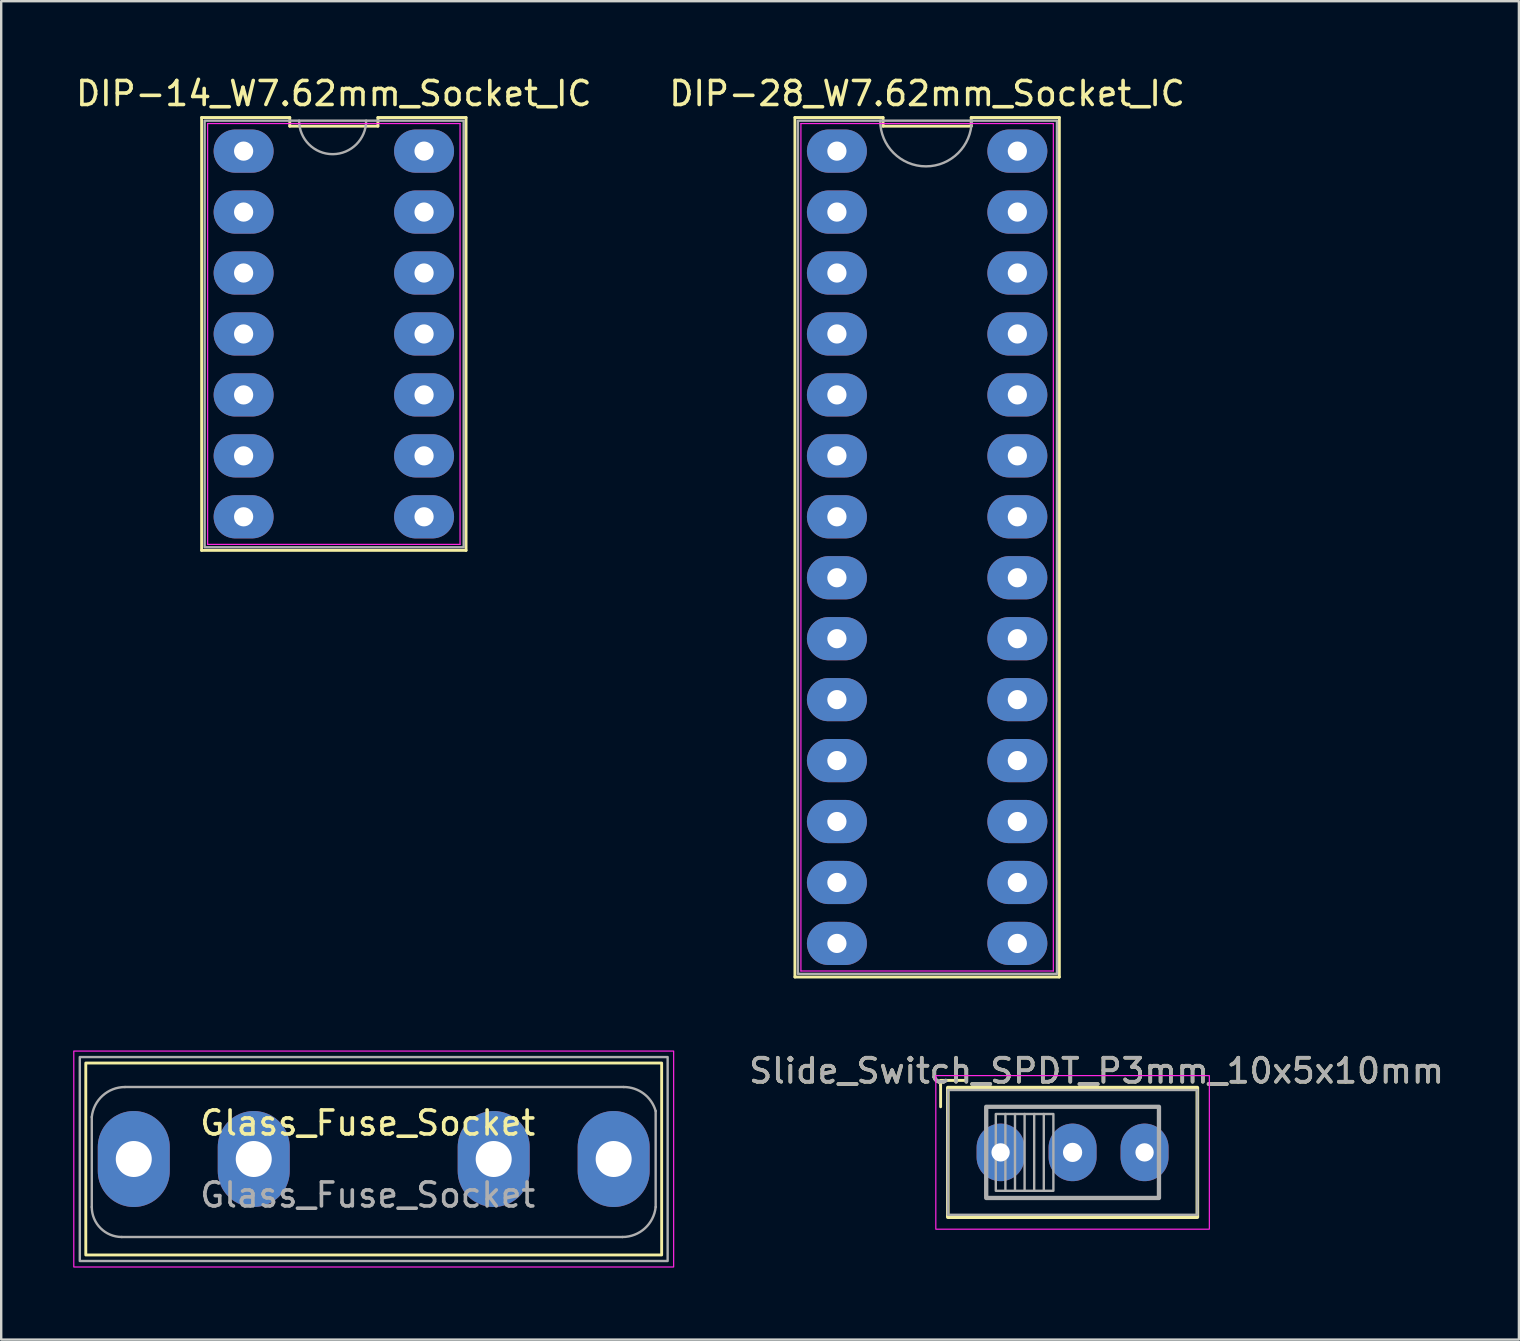
<source format=kicad_pcb>
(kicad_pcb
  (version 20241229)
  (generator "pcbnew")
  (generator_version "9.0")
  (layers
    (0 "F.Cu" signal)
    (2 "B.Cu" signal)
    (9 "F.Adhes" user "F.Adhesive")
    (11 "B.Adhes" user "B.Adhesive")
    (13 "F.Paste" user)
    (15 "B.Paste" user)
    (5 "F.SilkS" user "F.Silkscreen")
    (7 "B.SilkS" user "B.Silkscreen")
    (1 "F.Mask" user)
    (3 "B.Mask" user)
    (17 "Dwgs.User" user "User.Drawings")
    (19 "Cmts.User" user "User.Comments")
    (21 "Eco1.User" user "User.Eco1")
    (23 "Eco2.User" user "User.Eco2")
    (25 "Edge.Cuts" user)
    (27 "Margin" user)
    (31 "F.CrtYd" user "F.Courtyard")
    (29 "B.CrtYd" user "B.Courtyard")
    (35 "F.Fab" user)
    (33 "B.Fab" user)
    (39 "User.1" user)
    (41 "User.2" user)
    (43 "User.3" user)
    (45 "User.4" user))
  (footprint "Glass_Fuse_Socket"
    (layer "F.Cu")
    (at 2.525 45.253)
    (property "Reference" "Glass_Fuse_Socket" (at 9.75 -1.5 0) (unlocked yes) (layer "F.SilkS") (effects (font (size 1 1) (thickness 0.15))))
    (attr through_hole)
    (fp_rect (start -2 -4) (end 22 4) (stroke (width 0.12) (type solid)) (fill no) (layer "F.SilkS"))
    (fp_rect (start -2.5 -4.5) (end 22.5 4.5) (stroke (width 0.05) (type solid)) (fill no) (layer "F.CrtYd"))
    (fp_line (start -1.75 2) (end -1.75 -1.75) (stroke (width 0.1) (type solid)) (layer "F.Fab"))
    (fp_line (start -0.366 -3) (end 20.42 -3) (stroke (width 0.1) (type solid)) (layer "F.Fab"))
    (fp_line (start 20.366 3.25) (end -0.5 3.25) (stroke (width 0.1) (type solid)) (layer "F.Fab"))
    (fp_line (start 21.75 -2) (end 21.75 2) (stroke (width 0.1) (type solid)) (layer "F.Fab"))
    (fp_rect (start -2.25 -4.25) (end 22.25 4.25) (stroke (width 0.1) (type solid)) (fill no) (layer "F.Fab"))
    (fp_arc (start -1.75 -1.75) (mid -1.298537 -2.641236) (end -0.366117 -3) (stroke (width 0.1) (type solid)) (layer "F.Fab"))
    (fp_arc (start -0.5 3.25) (mid -1.383883 2.883883) (end -1.75 2) (stroke (width 0.1) (type solid)) (layer "F.Fab"))
    (fp_arc (start 20.420283 -3) (mid 21.253509 -2.72388) (end 21.75 -2) (stroke (width 0.1) (type solid)) (layer "F.Fab"))
    (fp_arc (start 21.75 2) (mid 21.298537 2.891236) (end 20.366117 3.25) (stroke (width 0.1) (type solid)) (layer "F.Fab"))
    (fp_text user "${REFERENCE}" (at 9.75 1.5 0) (unlocked yes) (layer "F.Fab") (effects (font (size 1 1) (thickness 0.15))))
    (pad "1" thru_hole oval (at 0 0) (size 3 4) (drill 1.5) (layers "*.Cu" "*.Mask"))
    (pad "1" thru_hole oval (at 5 0) (size 3 4) (drill 1.5) (layers "*.Cu" "*.Mask"))
    (pad "2" thru_hole oval (at 15 0) (size 3 4) (drill 1.5) (layers "*.Cu" "*.Mask"))
    (pad "2" thru_hole oval (at 20 0) (size 3 4) (drill 1.5) (layers "*.Cu" "*.Mask")))
  (footprint "Slide_Switch_SPDT_P3mm_10x5x10mm"
    (layer "F.Cu")
    (at 38.651 44.977)
    (property "Reference" "Slide_Switch_SPDT_P3mm_10x5x10mm" (at 4 -3.4 0) (unlocked yes) (layer "F.SilkS") (effects (font (size 1 1) (thickness 0.15))))
    (attr through_hole)
    (fp_line (start -2.5 -3) (end -1.9 -3) (stroke (width 0.12) (type solid)) (layer "F.SilkS"))
    (fp_line (start -2.5 -2.8) (end -2.5 -3) (stroke (width 0.12) (type solid)) (layer "F.SilkS"))
    (fp_line (start -2.5 -1.9) (end -2.5 -2.8) (stroke (width 0.12) (type solid)) (layer "F.SilkS"))
    (fp_line (start -1.9 -3) (end -1.5 -3) (stroke (width 0.12) (type solid)) (layer "F.SilkS"))
    (fp_rect (start -2.2 -2.7) (end 8.2 2.7) (stroke (width 0.15) (type solid)) (fill no) (layer "F.SilkS"))
    (fp_rect (start -2.7 -3.2) (end 8.7 3.2) (stroke (width 0.05) (type solid)) (fill no) (layer "F.CrtYd"))
    (fp_line (start 0.2 -1.6) (end 0.2 1.6) (stroke (width 0.1) (type solid)) (layer "F.Fab"))
    (fp_line (start 0.6 -1.6) (end 0.6 1.6) (stroke (width 0.1) (type solid)) (layer "F.Fab"))
    (fp_line (start 1 -1.6) (end 1 1.6) (stroke (width 0.1) (type solid)) (layer "F.Fab"))
    (fp_line (start 1.4 -1.6) (end 1.4 1.6) (stroke (width 0.1) (type solid)) (layer "F.Fab"))
    (fp_line (start 1.8 -1.6) (end 1.8 1.6) (stroke (width 0.1) (type solid)) (layer "F.Fab"))
    (fp_rect (start -2.2 -2.6) (end 8.2 2.6) (stroke (width 0.1) (type solid)) (fill no) (layer "F.Fab"))
    (fp_rect (start -0.6 -1.9) (end 6.6 1.9) (stroke (width 0.18) (type solid)) (fill no) (layer "F.Fab"))
    (fp_rect (start -0.2 -1.6) (end 2.2 1.6) (stroke (width 0.1) (type solid)) (fill no) (layer "F.Fab"))
    (fp_text user "${REFERENCE}" (at 4 -3.4 0) (unlocked yes) (layer "F.Fab") (effects (font (size 1 1) (thickness 0.15))))
    (pad "1" thru_hole oval (at 0 0) (size 2 2.4) (drill 0.762) (layers "*.Cu" "*.Mask"))
    (pad "2" thru_hole oval (at 3 0) (size 2 2.4) (drill 0.8) (layers "*.Cu" "*.Mask"))
    (pad "3" thru_hole oval (at 6 0) (size 2 2.4) (drill 0.762) (layers "*.Cu" "*.Mask")))
  (footprint "DIP-28_W7.62mm_Socket_IC"
    (layer "F.Cu")
    (at 35.539 3.248)
    (property "Reference" "DIP-28_W7.62mm_Socket_IC" (at 0.05 -2.4 0) (layer "F.SilkS") (effects (font (size 1 1) (thickness 0.15))))
    (fp_line (start -5.46 34.42) (end 5.56 34.42) (stroke (width 0.12) (type solid)) (layer "F.SilkS"))
    (fp_line (start -5.46 -1.4) (end -5.46 34.42) (stroke (width 0.12) (type solid)) (layer "F.SilkS"))
    (fp_line (start -1.787 -1.4) (end -5.46 -1.4) (stroke (width 0.12) (type solid)) (layer "F.SilkS"))
    (fp_line (start -1.787 -1.04) (end -1.787 -1.4) (stroke (width 0.12) (type solid)) (layer "F.SilkS"))
    (fp_line (start 1.887 -1.4) (end 1.887 -1.04) (stroke (width 0.12) (type solid)) (layer "F.SilkS"))
    (fp_line (start 1.887 -1.04) (end -1.787 -1.04) (stroke (width 0.12) (type solid)) (layer "F.SilkS"))
    (fp_line (start 5.56 34.42) (end 5.56 -1.4) (stroke (width 0.12) (type solid)) (layer "F.SilkS"))
    (fp_line (start 5.56 -1.4) (end 1.887 -1.4) (stroke (width 0.12) (type solid)) (layer "F.SilkS"))
    (fp_line (start -5.21 -1.15) (end 5.31 -1.15) (stroke (width 0.05) (type solid)) (layer "F.CrtYd"))
    (fp_line (start -5.21 34.17) (end -5.21 -1.15) (stroke (width 0.05) (type solid)) (layer "F.CrtYd"))
    (fp_line (start 5.31 -1.15) (end 5.31 34.17) (stroke (width 0.05) (type solid)) (layer "F.CrtYd"))
    (fp_line (start 5.31 34.17) (end -5.21 34.17) (stroke (width 0.05) (type solid)) (layer "F.CrtYd"))
    (fp_rect (start -5.334 -1.27) (end 5.461 34.29) (stroke (width 0.1) (type solid)) (fill no) (layer "F.Fab"))
    (fp_arc (start 1.905 -1.27) (mid 0 0.635) (end -1.905 -1.27) (stroke (width 0.1) (type solid)) (layer "F.Fab"))
    (pad "1" thru_hole oval (at -3.71 0 270) (size 1.8 2.5) (drill 0.8) (layers "*.Cu" "*.Mask"))
    (pad "2" thru_hole oval (at -3.71 2.54 270) (size 1.8 2.5) (drill 0.8) (layers "*.Cu" "*.Mask"))
    (pad "3" thru_hole oval (at -3.71 5.08 270) (size 1.8 2.5) (drill 0.8) (layers "*.Cu" "*.Mask"))
    (pad "4" thru_hole oval (at -3.71 7.62 270) (size 1.8 2.5) (drill 0.8) (layers "*.Cu" "*.Mask"))
    (pad "5" thru_hole oval (at -3.71 10.16 270) (size 1.8 2.5) (drill 0.8) (layers "*.Cu" "*.Mask"))
    (pad "6" thru_hole oval (at -3.71 12.7 270) (size 1.8 2.5) (drill 0.8) (layers "*.Cu" "*.Mask"))
    (pad "7" thru_hole oval (at -3.71 15.24 270) (size 1.8 2.5) (drill 0.8) (layers "*.Cu" "*.Mask"))
    (pad "8" thru_hole oval (at -3.71 17.78 270) (size 1.8 2.5) (drill 0.8) (layers "*.Cu" "*.Mask"))
    (pad "9" thru_hole oval (at -3.71 20.32 270) (size 1.8 2.5) (drill 0.8) (layers "*.Cu" "*.Mask"))
    (pad "10" thru_hole oval (at -3.71 22.86 270) (size 1.8 2.5) (drill 0.8) (layers "*.Cu" "*.Mask"))
    (pad "11" thru_hole oval (at -3.71 25.4 270) (size 1.8 2.5) (drill 0.8) (layers "*.Cu" "*.Mask"))
    (pad "12" thru_hole oval (at -3.71 27.94 270) (size 1.8 2.5) (drill 0.8) (layers "*.Cu" "*.Mask"))
    (pad "13" thru_hole oval (at -3.71 30.48 270) (size 1.8 2.5) (drill 0.8) (layers "*.Cu" "*.Mask"))
    (pad "14" thru_hole oval (at -3.71 33.02 270) (size 1.8 2.5) (drill 0.8) (layers "*.Cu" "*.Mask"))
    (pad "15" thru_hole oval (at 3.81 33.02 270) (size 1.8 2.5) (drill 0.8) (layers "*.Cu" "*.Mask"))
    (pad "16" thru_hole oval (at 3.81 30.48 270) (size 1.8 2.5) (drill 0.8) (layers "*.Cu" "*.Mask"))
    (pad "17" thru_hole oval (at 3.81 27.94 270) (size 1.8 2.5) (drill 0.8) (layers "*.Cu" "*.Mask"))
    (pad "18" thru_hole oval (at 3.81 25.4 270) (size 1.8 2.5) (drill 0.8) (layers "*.Cu" "*.Mask"))
    (pad "19" thru_hole oval (at 3.81 22.86 270) (size 1.8 2.5) (drill 0.8) (layers "*.Cu" "*.Mask"))
    (pad "20" thru_hole oval (at 3.81 20.32 270) (size 1.8 2.5) (drill 0.8) (layers "*.Cu" "*.Mask"))
    (pad "21" thru_hole oval (at 3.81 17.78 270) (size 1.8 2.5) (drill 0.8) (layers "*.Cu" "*.Mask"))
    (pad "22" thru_hole oval (at 3.81 15.24 270) (size 1.8 2.5) (drill 0.8) (layers "*.Cu" "*.Mask"))
    (pad "23" thru_hole oval (at 3.81 12.7 270) (size 1.8 2.5) (drill 0.8) (layers "*.Cu" "*.Mask"))
    (pad "24" thru_hole oval (at 3.81 10.16 270) (size 1.8 2.5) (drill 0.8) (layers "*.Cu" "*.Mask"))
    (pad "25" thru_hole oval (at 3.81 7.62 270) (size 1.8 2.5) (drill 0.8) (layers "*.Cu" "*.Mask"))
    (pad "26" thru_hole oval (at 3.81 5.08 270) (size 1.8 2.5) (drill 0.8) (layers "*.Cu" "*.Mask"))
    (pad "27" thru_hole oval (at 3.81 2.54 270) (size 1.8 2.5) (drill 0.8) (layers "*.Cu" "*.Mask"))
    (pad "28" thru_hole oval (at 3.81 0 270) (size 1.8 2.5) (drill 0.8) (layers "*.Cu" "*.Mask")))
  (footprint "DIP-14_W7.62mm_Socket_IC"
    (layer "F.Cu")
    (at 10.813 3.248)
    (property "Reference" "DIP-14_W7.62mm_Socket_IC" (at 0.05 -2.4 0) (layer "F.SilkS") (effects (font (size 1 1) (thickness 0.15))))
    (fp_line (start -5.46 16.64) (end 5.56 16.64) (stroke (width 0.12) (type solid)) (layer "F.SilkS"))
    (fp_line (start -5.46 -1.4) (end -5.46 16.64) (stroke (width 0.12) (type solid)) (layer "F.SilkS"))
    (fp_line (start -1.787 -1.4) (end -5.46 -1.4) (stroke (width 0.12) (type solid)) (layer "F.SilkS"))
    (fp_line (start -1.787 -1.04) (end -1.787 -1.4) (stroke (width 0.12) (type solid)) (layer "F.SilkS"))
    (fp_line (start 1.887 -1.4) (end 1.887 -1.04) (stroke (width 0.12) (type solid)) (layer "F.SilkS"))
    (fp_line (start 1.887 -1.04) (end -1.787 -1.04) (stroke (width 0.12) (type solid)) (layer "F.SilkS"))
    (fp_line (start 5.56 16.64) (end 5.56 -1.4) (stroke (width 0.12) (type solid)) (layer "F.SilkS"))
    (fp_line (start 5.56 -1.4) (end 1.887 -1.4) (stroke (width 0.12) (type solid)) (layer "F.SilkS"))
    (fp_line (start -5.21 -1.15) (end 5.31 -1.15) (stroke (width 0.05) (type solid)) (layer "F.CrtYd"))
    (fp_line (start -5.21 16.39) (end -5.21 -1.15) (stroke (width 0.05) (type solid)) (layer "F.CrtYd"))
    (fp_line (start 5.31 -1.15) (end 5.31 16.39) (stroke (width 0.05) (type solid)) (layer "F.CrtYd"))
    (fp_line (start 5.31 16.39) (end -5.21 16.39) (stroke (width 0.05) (type solid)) (layer "F.CrtYd"))
    (fp_rect (start -5.334 -1.27) (end 5.461 16.51) (stroke (width 0.1) (type solid)) (fill no) (layer "F.Fab"))
    (fp_arc (start 1.397 -1.27) (mid 0 0.127) (end -1.397 -1.27) (stroke (width 0.1) (type solid)) (layer "F.Fab"))
    (pad "1" thru_hole oval (at -3.71 0 270) (size 1.8 2.5) (drill 0.8) (layers "*.Cu" "*.Mask"))
    (pad "2" thru_hole oval (at -3.71 2.54 270) (size 1.8 2.5) (drill 0.8) (layers "*.Cu" "*.Mask"))
    (pad "3" thru_hole oval (at -3.71 5.08 270) (size 1.8 2.5) (drill 0.8) (layers "*.Cu" "*.Mask"))
    (pad "4" thru_hole oval (at -3.71 7.62 270) (size 1.8 2.5) (drill 0.8) (layers "*.Cu" "*.Mask"))
    (pad "5" thru_hole oval (at -3.71 10.16 270) (size 1.8 2.5) (drill 0.8) (layers "*.Cu" "*.Mask"))
    (pad "6" thru_hole oval (at -3.71 12.7 270) (size 1.8 2.5) (drill 0.8) (layers "*.Cu" "*.Mask"))
    (pad "7" thru_hole oval (at -3.71 15.24 270) (size 1.8 2.5) (drill 0.8) (layers "*.Cu" "*.Mask"))
    (pad "8" thru_hole oval (at 3.81 15.24 270) (size 1.8 2.5) (drill 0.8) (layers "*.Cu" "*.Mask"))
    (pad "9" thru_hole oval (at 3.81 12.7 270) (size 1.8 2.5) (drill 0.8) (layers "*.Cu" "*.Mask"))
    (pad "10" thru_hole oval (at 3.81 10.16 270) (size 1.8 2.5) (drill 0.8) (layers "*.Cu" "*.Mask"))
    (pad "11" thru_hole oval (at 3.81 7.62 270) (size 1.8 2.5) (drill 0.8) (layers "*.Cu" "*.Mask"))
    (pad "12" thru_hole oval (at 3.81 5.08 270) (size 1.8 2.5) (drill 0.8) (layers "*.Cu" "*.Mask"))
    (pad "13" thru_hole oval (at 3.81 2.54 270) (size 1.8 2.5) (drill 0.8) (layers "*.Cu" "*.Mask"))
    (pad "14" thru_hole oval (at 3.81 0 270) (size 1.8 2.5) (drill 0.8) (layers "*.Cu" "*.Mask")))
  (gr_rect
    (start -3 -3)
    (end 60.252 52.778)
    (stroke (width 0.1) (type default))
    (fill no)
    (layer "Edge.Cuts")))
</source>
